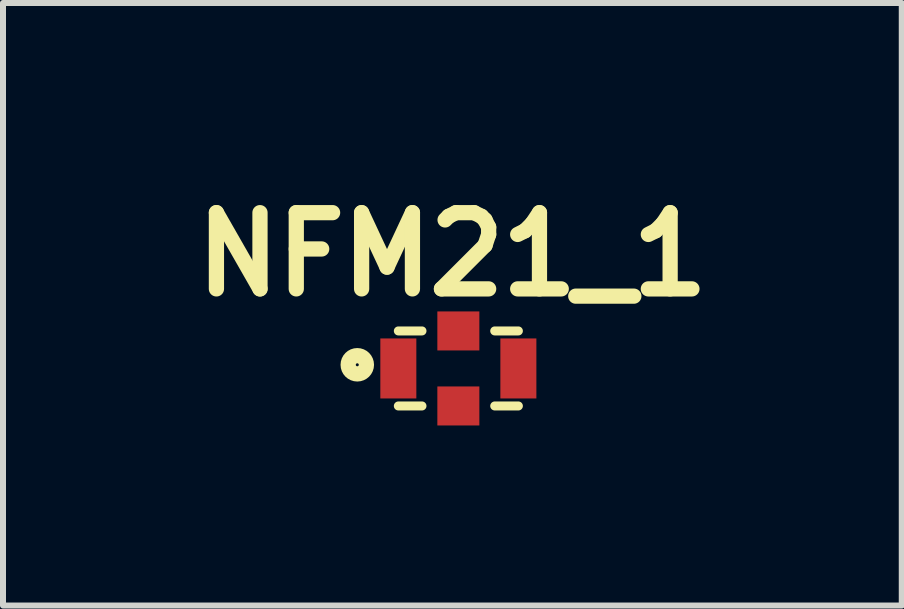
<source format=kicad_pcb>
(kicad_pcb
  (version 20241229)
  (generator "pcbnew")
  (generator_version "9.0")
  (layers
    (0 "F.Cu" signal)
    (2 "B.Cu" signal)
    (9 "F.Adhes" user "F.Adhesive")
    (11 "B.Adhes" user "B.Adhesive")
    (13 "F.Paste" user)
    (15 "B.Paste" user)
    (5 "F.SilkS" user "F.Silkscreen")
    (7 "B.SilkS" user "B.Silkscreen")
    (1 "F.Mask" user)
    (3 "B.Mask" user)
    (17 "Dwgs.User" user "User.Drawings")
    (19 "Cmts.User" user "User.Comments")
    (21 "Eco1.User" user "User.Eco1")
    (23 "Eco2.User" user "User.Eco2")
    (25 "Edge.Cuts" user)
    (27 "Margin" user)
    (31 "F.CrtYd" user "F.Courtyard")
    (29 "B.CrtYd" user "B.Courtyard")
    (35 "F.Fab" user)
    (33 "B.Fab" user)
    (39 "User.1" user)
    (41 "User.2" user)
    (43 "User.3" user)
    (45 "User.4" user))
  (footprint "NFM21_1"
    (layer "F.Cu")
    (at 4.587 3.089)
    (property "Reference" "NFM21_1" (at -0.1 -1.9 0) (layer "F.SilkS") (effects (font (size 1.27 1.27) (thickness 0.254))))
    (attr smd)
    (fp_line (start -1 -0.625) (end -0.606 -0.625) (stroke (width 0.15) (type solid)) (layer "F.SilkS"))
    (fp_line (start -1 0.625) (end -0.606 0.625) (stroke (width 0.15) (type solid)) (layer "F.SilkS"))
    (fp_line (start 1 -0.625) (end 0.606 -0.625) (stroke (width 0.15) (type solid)) (layer "F.SilkS"))
    (fp_line (start 1 0.625) (end 0.606 0.625) (stroke (width 0.15) (type solid)) (layer "F.SilkS"))
    (fp_circle (center -1.684 -0.061) (end -1.709 -0.061) (stroke (width 0.254) (type solid)) (fill no) (layer "F.SilkS"))
    (pad "1" smd rect (at -1 0) (size 0.6 1) (layers "F.Cu" "F.Mask" "F.Paste"))
    (pad "2" smd rect (at 0 0.625) (size 0.7 0.65) (layers "F.Cu" "F.Mask" "F.Paste"))
    (pad "3" smd rect (at 0 -0.625) (size 0.7 0.65) (layers "F.Cu" "F.Mask" "F.Paste"))
    (pad "4" smd rect (at 1 0) (size 0.6 1) (layers "F.Cu" "F.Mask" "F.Paste")))
  (gr_rect
    (start -3 -3)
    (end 11.975 7.039)
    (stroke (width 0.1) (type default))
    (fill no)
    (layer "Edge.Cuts")))
</source>
